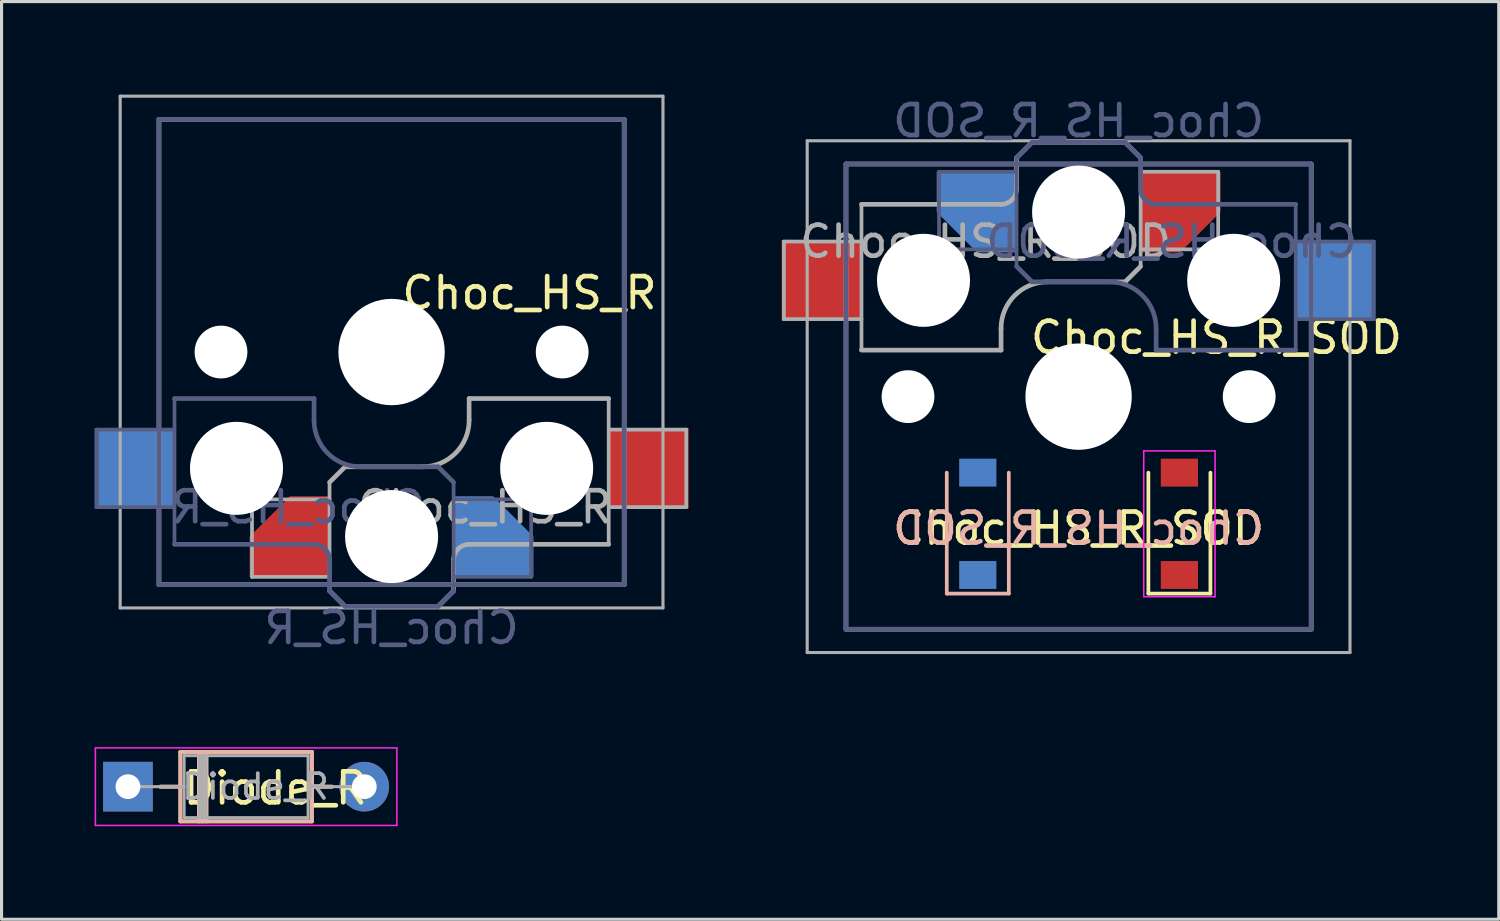
<source format=kicad_pcb>
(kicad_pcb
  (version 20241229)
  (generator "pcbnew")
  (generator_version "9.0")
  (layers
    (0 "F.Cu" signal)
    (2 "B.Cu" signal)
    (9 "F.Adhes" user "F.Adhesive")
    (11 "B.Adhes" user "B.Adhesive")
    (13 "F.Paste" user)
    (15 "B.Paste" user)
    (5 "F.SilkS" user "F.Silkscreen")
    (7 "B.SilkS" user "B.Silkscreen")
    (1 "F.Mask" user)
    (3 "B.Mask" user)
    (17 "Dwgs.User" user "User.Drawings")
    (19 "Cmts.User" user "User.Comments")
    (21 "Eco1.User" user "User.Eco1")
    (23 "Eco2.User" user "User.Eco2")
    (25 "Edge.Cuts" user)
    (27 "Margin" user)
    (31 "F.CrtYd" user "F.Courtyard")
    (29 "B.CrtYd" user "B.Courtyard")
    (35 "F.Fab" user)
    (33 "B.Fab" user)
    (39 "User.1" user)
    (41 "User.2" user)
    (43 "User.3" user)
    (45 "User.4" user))
  (footprint "Choc_HS_R"
    (layer "F.Cu")
    (at 9.575 8.3)
    (property "Reference" "Choc_HS_R" (at 4.445 -1.905 0) (layer "F.SilkS") (effects (font (size 1 1) (thickness 0.15))))
    (property "Value" "Choc_HS_R" (at 0 8.89 0) (layer "F.Fab") (hide yes) (effects (font (size 1 1) (thickness 0.15))))
    (attr smd)
    (fp_line (start -6.9 6.9) (end -6.9 -6.9) (stroke (width 0.15) (type solid)) (layer "Eco2.User"))
    (fp_line (start -6.9 6.9) (end 6.9 6.9) (stroke (width 0.15) (type solid)) (layer "Eco2.User"))
    (fp_line (start 6.9 -6.9) (end -6.9 -6.9) (stroke (width 0.15) (type solid)) (layer "Eco2.User"))
    (fp_line (start 6.9 -6.9) (end 6.9 6.9) (stroke (width 0.15) (type solid)) (layer "Eco2.User"))
    (fp_line (start -9.5 2.5) (end -7 2.5) (stroke (width 0.12) (type solid)) (layer "B.Fab"))
    (fp_line (start -9.5 5) (end -9.5 2.5) (stroke (width 0.12) (type solid)) (layer "B.Fab"))
    (fp_line (start -7.5 -7.5) (end 7.5 -7.5) (stroke (width 0.15) (type solid)) (layer "B.Fab"))
    (fp_line (start -7.5 7.5) (end -7.5 -7.5) (stroke (width 0.15) (type solid)) (layer "B.Fab"))
    (fp_line (start -7 1.5) (end -7 6.2) (stroke (width 0.12) (type solid)) (layer "B.Fab"))
    (fp_line (start -7 5) (end -9.5 5) (stroke (width 0.12) (type solid)) (layer "B.Fab"))
    (fp_line (start -7 6.2) (end -2.5 6.2) (stroke (width 0.15) (type solid)) (layer "B.Fab"))
    (fp_line (start -2.5 1.5) (end -7 1.5) (stroke (width 0.15) (type solid)) (layer "B.Fab"))
    (fp_line (start -2.5 2.2) (end -2.5 1.5) (stroke (width 0.15) (type solid)) (layer "B.Fab"))
    (fp_line (start -2 6.7) (end -2 7.7) (stroke (width 0.15) (type solid)) (layer "B.Fab"))
    (fp_line (start -1.5 8.2) (end -2 7.7) (stroke (width 0.15) (type solid)) (layer "B.Fab"))
    (fp_line (start 1.5 3.7) (end -1 3.7) (stroke (width 0.15) (type solid)) (layer "B.Fab"))
    (fp_line (start 1.5 8.2) (end -1.5 8.2) (stroke (width 0.15) (type solid)) (layer "B.Fab"))
    (fp_line (start 2 4.2) (end 1.5 3.7) (stroke (width 0.15) (type solid)) (layer "B.Fab"))
    (fp_line (start 2 4.25) (end 2 7.7) (stroke (width 0.12) (type solid)) (layer "B.Fab"))
    (fp_line (start 2 4.75) (end 4.5 4.75) (stroke (width 0.12) (type solid)) (layer "B.Fab"))
    (fp_line (start 2 7.7) (end 1.5 8.2) (stroke (width 0.15) (type solid)) (layer "B.Fab"))
    (fp_line (start 4.5 4.75) (end 4.5 7.25) (stroke (width 0.12) (type solid)) (layer "B.Fab"))
    (fp_line (start 4.5 7.25) (end 2 7.25) (stroke (width 0.12) (type solid)) (layer "B.Fab"))
    (fp_line (start 7.5 -7.5) (end 7.5 7.5) (stroke (width 0.15) (type solid)) (layer "B.Fab"))
    (fp_line (start 7.5 7.5) (end -7.5 7.5) (stroke (width 0.15) (type solid)) (layer "B.Fab"))
    (fp_arc (start -2.5 6.2) (mid -2.146447 6.346447) (end -2 6.7) (stroke (width 0.15) (type solid)) (layer "B.Fab"))
    (fp_arc (start -1 3.7) (mid -2.06066 3.26066) (end -2.5 2.2) (stroke (width 0.15) (type solid)) (layer "B.Fab"))
    (fp_line (start -8.75 -8.25) (end -8.75 8.25) (stroke (width 0.1) (type solid)) (layer "F.Fab"))
    (fp_line (start -8.75 8.25) (end 8.75 8.25) (stroke (width 0.1) (type solid)) (layer "F.Fab"))
    (fp_line (start -7.5 -7.5) (end 7.5 -7.5) (stroke (width 0.15) (type solid)) (layer "F.Fab"))
    (fp_line (start -7.5 7.5) (end -7.5 -7.5) (stroke (width 0.15) (type solid)) (layer "F.Fab"))
    (fp_line (start -4.5 4.75) (end -4.5 7.25) (stroke (width 0.12) (type solid)) (layer "F.Fab"))
    (fp_line (start -4.5 7.25) (end -2 7.25) (stroke (width 0.12) (type solid)) (layer "F.Fab"))
    (fp_line (start -2 4.2) (end -1.5 3.7) (stroke (width 0.15) (type solid)) (layer "F.Fab"))
    (fp_line (start -2 4.25) (end -2 7.7) (stroke (width 0.12) (type solid)) (layer "F.Fab"))
    (fp_line (start -2 4.75) (end -4.5 4.75) (stroke (width 0.12) (type solid)) (layer "F.Fab"))
    (fp_line (start -2 7.7) (end -1.5 8.2) (stroke (width 0.15) (type solid)) (layer "F.Fab"))
    (fp_line (start -1.5 3.7) (end 1 3.7) (stroke (width 0.15) (type solid)) (layer "F.Fab"))
    (fp_line (start -1.5 8.2) (end 1.5 8.2) (stroke (width 0.15) (type solid)) (layer "F.Fab"))
    (fp_line (start 1.5 8.2) (end 2 7.7) (stroke (width 0.15) (type solid)) (layer "F.Fab"))
    (fp_line (start 2 6.7) (end 2 7.7) (stroke (width 0.15) (type solid)) (layer "F.Fab"))
    (fp_line (start 2.5 1.5) (end 7 1.5) (stroke (width 0.15) (type solid)) (layer "F.Fab"))
    (fp_line (start 2.5 2.2) (end 2.5 1.5) (stroke (width 0.15) (type solid)) (layer "F.Fab"))
    (fp_line (start 7 1.5) (end 7 6.2) (stroke (width 0.12) (type solid)) (layer "F.Fab"))
    (fp_line (start 7 5) (end 9.5 5) (stroke (width 0.12) (type solid)) (layer "F.Fab"))
    (fp_line (start 7 6.2) (end 2.5 6.2) (stroke (width 0.15) (type solid)) (layer "F.Fab"))
    (fp_line (start 7.5 -7.5) (end 7.5 7.5) (stroke (width 0.15) (type solid)) (layer "F.Fab"))
    (fp_line (start 7.5 7.5) (end -7.5 7.5) (stroke (width 0.15) (type solid)) (layer "F.Fab"))
    (fp_line (start 8.75 -8.25) (end -8.75 -8.25) (stroke (width 0.1) (type solid)) (layer "F.Fab"))
    (fp_line (start 8.75 -8.25) (end 8.75 8.25) (stroke (width 0.1) (type solid)) (layer "F.Fab"))
    (fp_line (start 9.5 2.5) (end 7 2.5) (stroke (width 0.12) (type solid)) (layer "F.Fab"))
    (fp_line (start 9.5 5) (end 9.5 2.5) (stroke (width 0.12) (type solid)) (layer "F.Fab"))
    (fp_arc (start 2 6.7) (mid 2.146447 6.346447) (end 2.5 6.2) (stroke (width 0.15) (type solid)) (layer "F.Fab"))
    (fp_arc (start 2.5 2.2) (mid 2.06066 3.26066) (end 1 3.7) (stroke (width 0.15) (type solid)) (layer "F.Fab"))
    (fp_text user "${REFERENCE}" (at -3 5 0) (layer "B.Fab") (effects (font (size 1 1) (thickness 0.15)) (justify mirror)))
    (fp_text user "${VALUE}" (at 0 8.89 0) (layer "B.Fab") (effects (font (size 1 1) (thickness 0.15)) (justify mirror)))
    (fp_text user "${REFERENCE}" (at 3 5 180) (layer "F.Fab") (effects (font (size 1 1) (thickness 0.15))))
    (pad "" np_thru_hole circle (at -5.5 0) (size 1.702 1.702) (drill 1.702) (layers "*.Cu" "*.Mask"))
    (pad "" np_thru_hole circle (at -5 3.75) (size 3 3) (drill 3) (layers "*.Cu" "*.Mask"))
    (pad "" np_thru_hole circle (at 0 0) (size 3.429 3.429) (drill 3.429) (layers "*.Cu" "*.Mask"))
    (pad "" np_thru_hole circle (at 0 5.95) (size 3 3) (drill 3) (layers "*.Cu" "*.Mask"))
    (pad "" np_thru_hole circle (at 5 3.75) (size 3 3) (drill 3) (layers "*.Cu" "*.Mask"))
    (pad "" np_thru_hole circle (at 5.5 0) (size 1.702 1.702) (drill 1.702) (layers "*.Cu" "*.Mask"))
    (pad "1" smd roundrect (at -3.275 5.95) (size 2.6 2.6) (layers "F.Cu" "F.Mask" "F.Paste") (roundrect_rratio 0) (chamfer_ratio 0.5) (chamfer top_left))
    (pad "1" smd roundrect (at 3.275 5.95) (size 2.6 2.6) (layers "B.Cu" "B.Mask" "B.Paste") (roundrect_rratio 0) (chamfer_ratio 0.5) (chamfer top_right))
    (pad "2" smd rect (at -8.275 3.75) (size 2.6 2.6) (layers "B.Cu" "B.Mask" "B.Paste"))
    (pad "2" smd rect (at 8.275 3.75) (size 2.6 2.6) (layers "F.Cu" "F.Mask" "F.Paste")))
  (footprint "Choc_HS_R_SOD"
    (layer "F.Cu")
    (at 31.725 9.738)
    (property "Reference" "Choc_HS_R_SOD" (at 4.445 -1.905 0) (layer "F.SilkS") (effects (font (size 1 1) (thickness 0.15))))
    (property "Value" "Choc_HS_R_SOD" (at 0 -8.89 180) (layer "F.Fab") (hide yes) (effects (font (size 1 1) (thickness 0.15))))
    (attr smd)
    (fp_line (start 2.25 6.35) (end 2.25 2.45) (stroke (width 0.12) (type solid)) (layer "F.SilkS"))
    (fp_line (start 2.25 6.35) (end 4.25 6.35) (stroke (width 0.12) (type solid)) (layer "F.SilkS"))
    (fp_line (start 4.25 6.35) (end 4.25 2.45) (stroke (width 0.12) (type solid)) (layer "F.SilkS"))
    (fp_line (start -4.25 2.45) (end -4.25 6.35) (stroke (width 0.12) (type solid)) (layer "B.SilkS"))
    (fp_line (start -4.25 6.35) (end -2.25 6.35) (stroke (width 0.12) (type solid)) (layer "B.SilkS"))
    (fp_line (start -2.25 2.45) (end -2.25 6.35) (stroke (width 0.12) (type solid)) (layer "B.SilkS"))
    (fp_line (start -6.9 6.9) (end -6.9 -6.9) (stroke (width 0.15) (type solid)) (layer "Eco2.User"))
    (fp_line (start -6.9 6.9) (end 6.9 6.9) (stroke (width 0.15) (type solid)) (layer "Eco2.User"))
    (fp_line (start 6.9 -6.9) (end -6.9 -6.9) (stroke (width 0.15) (type solid)) (layer "Eco2.User"))
    (fp_line (start 6.9 -6.9) (end 6.9 6.9) (stroke (width 0.15) (type solid)) (layer "Eco2.User"))
    (fp_line (start 2.1 1.75) (end 4.4 1.75) (stroke (width 0.05) (type solid)) (layer "F.CrtYd"))
    (fp_line (start 2.1 6.45) (end 2.1 1.75) (stroke (width 0.05) (type solid)) (layer "F.CrtYd"))
    (fp_line (start 2.1 6.45) (end 4.4 6.45) (stroke (width 0.05) (type solid)) (layer "F.CrtYd"))
    (fp_line (start 4.4 1.75) (end 4.4 6.45) (stroke (width 0.05) (type solid)) (layer "F.CrtYd"))
    (fp_line (start -7.5 -7.5) (end 7.5 -7.5) (stroke (width 0.15) (type solid)) (layer "B.Fab"))
    (fp_line (start -7.5 7.5) (end -7.5 -7.5) (stroke (width 0.15) (type solid)) (layer "B.Fab"))
    (fp_line (start -4.5 -7.25) (end -2 -7.25) (stroke (width 0.12) (type solid)) (layer "B.Fab"))
    (fp_line (start -4.5 -4.75) (end -4.5 -7.25) (stroke (width 0.12) (type solid)) (layer "B.Fab"))
    (fp_line (start -2 -7.7) (end -1.5 -8.2) (stroke (width 0.15) (type solid)) (layer "B.Fab"))
    (fp_line (start -2 -4.75) (end -4.5 -4.75) (stroke (width 0.12) (type solid)) (layer "B.Fab"))
    (fp_line (start -2 -4.25) (end -2 -7.7) (stroke (width 0.12) (type solid)) (layer "B.Fab"))
    (fp_line (start -2 -4.2) (end -1.5 -3.7) (stroke (width 0.15) (type solid)) (layer "B.Fab"))
    (fp_line (start -1.5 -8.2) (end 1.5 -8.2) (stroke (width 0.15) (type solid)) (layer "B.Fab"))
    (fp_line (start -1.5 -3.7) (end 1 -3.7) (stroke (width 0.15) (type solid)) (layer "B.Fab"))
    (fp_line (start 1.5 -8.2) (end 2 -7.7) (stroke (width 0.15) (type solid)) (layer "B.Fab"))
    (fp_line (start 2 -6.7) (end 2 -7.7) (stroke (width 0.15) (type solid)) (layer "B.Fab"))
    (fp_line (start 2.5 -2.2) (end 2.5 -1.5) (stroke (width 0.15) (type solid)) (layer "B.Fab"))
    (fp_line (start 2.5 -1.5) (end 7 -1.5) (stroke (width 0.15) (type solid)) (layer "B.Fab"))
    (fp_line (start 7 -6.2) (end 2.5 -6.2) (stroke (width 0.15) (type solid)) (layer "B.Fab"))
    (fp_line (start 7 -5) (end 9.5 -5) (stroke (width 0.12) (type solid)) (layer "B.Fab"))
    (fp_line (start 7 -1.5) (end 7 -6.2) (stroke (width 0.12) (type solid)) (layer "B.Fab"))
    (fp_line (start 7.5 -7.5) (end 7.5 7.5) (stroke (width 0.15) (type solid)) (layer "B.Fab"))
    (fp_line (start 7.5 7.5) (end -7.5 7.5) (stroke (width 0.15) (type solid)) (layer "B.Fab"))
    (fp_line (start 9.5 -5) (end 9.5 -2.5) (stroke (width 0.12) (type solid)) (layer "B.Fab"))
    (fp_line (start 9.5 -2.5) (end 7 -2.5) (stroke (width 0.12) (type solid)) (layer "B.Fab"))
    (fp_arc (start 1 -3.7) (mid 2.06066 -3.26066) (end 2.5 -2.2) (stroke (width 0.15) (type solid)) (layer "B.Fab"))
    (fp_arc (start 2.5 -6.2) (mid 2.146447 -6.346447) (end 2 -6.7) (stroke (width 0.15) (type solid)) (layer "B.Fab"))
    (fp_line (start -9.5 -5) (end -9.5 -2.5) (stroke (width 0.12) (type solid)) (layer "F.Fab"))
    (fp_line (start -9.5 -2.5) (end -7 -2.5) (stroke (width 0.12) (type solid)) (layer "F.Fab"))
    (fp_line (start -8.75 8.25) (end -8.75 -8.25) (stroke (width 0.1) (type solid)) (layer "F.Fab"))
    (fp_line (start -8.75 8.25) (end 8.75 8.25) (stroke (width 0.1) (type solid)) (layer "F.Fab"))
    (fp_line (start -7.5 -7.5) (end 7.5 -7.5) (stroke (width 0.15) (type solid)) (layer "F.Fab"))
    (fp_line (start -7.5 7.5) (end -7.5 -7.5) (stroke (width 0.15) (type solid)) (layer "F.Fab"))
    (fp_line (start -7 -6.2) (end -2.5 -6.2) (stroke (width 0.15) (type solid)) (layer "F.Fab"))
    (fp_line (start -7 -5) (end -9.5 -5) (stroke (width 0.12) (type solid)) (layer "F.Fab"))
    (fp_line (start -7 -1.5) (end -7 -6.2) (stroke (width 0.12) (type solid)) (layer "F.Fab"))
    (fp_line (start -2.5 -2.2) (end -2.5 -1.5) (stroke (width 0.15) (type solid)) (layer "F.Fab"))
    (fp_line (start -2.5 -1.5) (end -7 -1.5) (stroke (width 0.15) (type solid)) (layer "F.Fab"))
    (fp_line (start -2 -6.7) (end -2 -7.7) (stroke (width 0.15) (type solid)) (layer "F.Fab"))
    (fp_line (start -1.5 -8.2) (end -2 -7.7) (stroke (width 0.15) (type solid)) (layer "F.Fab"))
    (fp_line (start 1.5 -8.2) (end -1.5 -8.2) (stroke (width 0.15) (type solid)) (layer "F.Fab"))
    (fp_line (start 1.5 -3.7) (end -1 -3.7) (stroke (width 0.15) (type solid)) (layer "F.Fab"))
    (fp_line (start 2 -7.7) (end 1.5 -8.2) (stroke (width 0.15) (type solid)) (layer "F.Fab"))
    (fp_line (start 2 -4.75) (end 4.5 -4.75) (stroke (width 0.12) (type solid)) (layer "F.Fab"))
    (fp_line (start 2 -4.25) (end 2 -7.7) (stroke (width 0.12) (type solid)) (layer "F.Fab"))
    (fp_line (start 2 -4.2) (end 1.5 -3.7) (stroke (width 0.15) (type solid)) (layer "F.Fab"))
    (fp_line (start 4.5 -7.25) (end 2 -7.25) (stroke (width 0.12) (type solid)) (layer "F.Fab"))
    (fp_line (start 4.5 -4.75) (end 4.5 -7.25) (stroke (width 0.12) (type solid)) (layer "F.Fab"))
    (fp_line (start 7.5 -7.5) (end 7.5 7.5) (stroke (width 0.15) (type solid)) (layer "F.Fab"))
    (fp_line (start 7.5 7.5) (end -7.5 7.5) (stroke (width 0.15) (type solid)) (layer "F.Fab"))
    (fp_line (start 8.75 -8.25) (end -8.75 -8.25) (stroke (width 0.1) (type solid)) (layer "F.Fab"))
    (fp_line (start 8.75 8.25) (end 8.75 -8.25) (stroke (width 0.1) (type solid)) (layer "F.Fab"))
    (fp_arc (start -2.5 -2.2) (mid -2.06066 -3.26066) (end -1 -3.7) (stroke (width 0.15) (type solid)) (layer "F.Fab"))
    (fp_arc (start -2 -6.7) (mid -2.146447 -6.346447) (end -2.5 -6.2) (stroke (width 0.15) (type solid)) (layer "F.Fab"))
    (fp_text user "${REFERENCE}" (at 0 4.25 0) (layer "F.SilkS") (effects (font (size 1 1) (thickness 0.15))))
    (fp_text user "${REFERENCE}" (at 0 4.25 0) (layer "B.SilkS") (effects (font (size 1 1) (thickness 0.15)) (justify mirror)))
    (fp_text user "${VALUE}" (at 0 -8.89 180) (layer "B.Fab") (effects (font (size 1 1) (thickness 0.15)) (justify mirror)))
    (fp_text user "${REFERENCE}" (at 3 -5 180) (layer "B.Fab") (effects (font (size 1 1) (thickness 0.15)) (justify mirror)))
    (fp_text user "${REFERENCE}" (at -3 -5 0) (layer "F.Fab") (effects (font (size 1 1) (thickness 0.15))))
    (pad "" np_thru_hole circle (at -5.5 0 180) (size 1.702 1.702) (drill 1.702) (layers "*.Cu" "*.Mask"))
    (pad "" np_thru_hole circle (at -5 -3.75 180) (size 3 3) (drill 3) (layers "*.Cu" "*.Mask"))
    (pad "" np_thru_hole circle (at 0 -5.95 180) (size 3 3) (drill 3) (layers "*.Cu" "*.Mask"))
    (pad "" np_thru_hole circle (at 0 0 180) (size 3.429 3.429) (drill 3.429) (layers "*.Cu" "*.Mask"))
    (pad "" np_thru_hole circle (at 5 -3.75 180) (size 3 3) (drill 3) (layers "*.Cu" "*.Mask"))
    (pad "" np_thru_hole circle (at 5.5 0 180) (size 1.702 1.702) (drill 1.702) (layers "*.Cu" "*.Mask"))
    (pad "1" smd rect (at -8.275 -3.75 180) (size 2.6 2.6) (layers "F.Cu" "F.Mask" "F.Paste"))
    (pad "1" smd rect (at 8.275 -3.75 180) (size 2.6 2.6) (layers "B.Cu" "B.Mask" "B.Paste"))
    (pad "2" smd rect (at -3.25 5.75 90) (size 0.9 1.2) (layers "B.Cu" "B.Mask" "B.Paste"))
    (pad "2" smd rect (at 3.25 5.75 90) (size 0.9 1.2) (layers "F.Cu" "F.Mask" "F.Paste"))
    (pad "3" smd roundrect (at -3.275 -5.95 180) (size 2.6 2.6) (layers "B.Cu" "B.Mask" "B.Paste") (roundrect_rratio 0) (chamfer_ratio 0.5) (chamfer top_right))
    (pad "3" smd rect (at -3.25 2.45 90) (size 0.9 1.2) (layers "B.Cu" "B.Mask" "B.Paste"))
    (pad "3" smd rect (at 3.25 2.45 90) (size 0.9 1.2) (layers "F.Cu" "F.Mask" "F.Paste"))
    (pad "3" smd roundrect (at 3.275 -5.95 180) (size 2.6 2.6) (layers "F.Cu" "F.Mask" "F.Paste") (roundrect_rratio 0) (chamfer_ratio 0.5) (chamfer top_left)))
  (footprint "Diode_R"
    (layer "F.Cu")
    (at 1.075 22.313)
    (property "Reference" "Diode_R" (at 4.75 0.05 0) (layer "F.SilkS") (effects (font (size 1 1) (thickness 0.15))))
    (attr through_hole)
    (fp_line (start 1.04 0) (end 1.69 0) (stroke (width 0.12) (type solid)) (layer "F.SilkS"))
    (fp_line (start 1.69 -1.12) (end 1.69 1.12) (stroke (width 0.12) (type solid)) (layer "F.SilkS"))
    (fp_line (start 1.69 1.12) (end 5.93 1.12) (stroke (width 0.12) (type solid)) (layer "F.SilkS"))
    (fp_line (start 2.29 -1.12) (end 2.29 1.12) (stroke (width 0.12) (type solid)) (layer "F.SilkS"))
    (fp_line (start 2.41 -1.12) (end 2.41 1.12) (stroke (width 0.12) (type solid)) (layer "F.SilkS"))
    (fp_line (start 2.53 -1.12) (end 2.53 1.12) (stroke (width 0.12) (type solid)) (layer "F.SilkS"))
    (fp_line (start 5.93 -1.12) (end 1.69 -1.12) (stroke (width 0.12) (type solid)) (layer "F.SilkS"))
    (fp_line (start 5.93 1.12) (end 5.93 -1.12) (stroke (width 0.12) (type solid)) (layer "F.SilkS"))
    (fp_line (start 6.58 0) (end 5.93 0) (stroke (width 0.12) (type solid)) (layer "F.SilkS"))
    (fp_line (start 1.04 0) (end 1.69 0) (stroke (width 0.12) (type solid)) (layer "B.SilkS"))
    (fp_line (start 1.69 -1.12) (end 5.93 -1.12) (stroke (width 0.12) (type solid)) (layer "B.SilkS"))
    (fp_line (start 1.69 1.12) (end 1.69 -1.12) (stroke (width 0.12) (type solid)) (layer "B.SilkS"))
    (fp_line (start 2.29 1.12) (end 2.29 -1.12) (stroke (width 0.12) (type solid)) (layer "B.SilkS"))
    (fp_line (start 2.41 1.12) (end 2.41 -1.12) (stroke (width 0.12) (type solid)) (layer "B.SilkS"))
    (fp_line (start 2.53 1.12) (end 2.53 -1.12) (stroke (width 0.12) (type solid)) (layer "B.SilkS"))
    (fp_line (start 5.93 -1.12) (end 5.93 1.12) (stroke (width 0.12) (type solid)) (layer "B.SilkS"))
    (fp_line (start 5.93 1.12) (end 1.69 1.12) (stroke (width 0.12) (type solid)) (layer "B.SilkS"))
    (fp_line (start 6.58 0) (end 5.93 0) (stroke (width 0.12) (type solid)) (layer "B.SilkS"))
    (fp_line (start -1.05 -1.25) (end -1.05 1.25) (stroke (width 0.05) (type solid)) (layer "F.CrtYd"))
    (fp_line (start -1.05 1.25) (end 8.67 1.25) (stroke (width 0.05) (type solid)) (layer "F.CrtYd"))
    (fp_line (start 8.67 -1.25) (end -1.05 -1.25) (stroke (width 0.05) (type solid)) (layer "F.CrtYd"))
    (fp_line (start 8.67 1.25) (end 8.67 -1.25) (stroke (width 0.05) (type solid)) (layer "F.CrtYd"))
    (fp_line (start 0 0) (end 1.81 0) (stroke (width 0.1) (type solid)) (layer "F.Fab"))
    (fp_line (start 1.81 -1) (end 1.81 1) (stroke (width 0.1) (type solid)) (layer "F.Fab"))
    (fp_line (start 1.81 1) (end 5.81 1) (stroke (width 0.1) (type solid)) (layer "F.Fab"))
    (fp_line (start 2.31 -1) (end 2.31 1) (stroke (width 0.1) (type solid)) (layer "F.Fab"))
    (fp_line (start 2.41 -1) (end 2.41 1) (stroke (width 0.1) (type solid)) (layer "F.Fab"))
    (fp_line (start 2.51 -1) (end 2.51 1) (stroke (width 0.1) (type solid)) (layer "F.Fab"))
    (fp_line (start 5.81 -1) (end 1.81 -1) (stroke (width 0.1) (type solid)) (layer "F.Fab"))
    (fp_line (start 5.81 1) (end 5.81 -1) (stroke (width 0.1) (type solid)) (layer "F.Fab"))
    (fp_line (start 7.62 0) (end 5.81 0) (stroke (width 0.1) (type solid)) (layer "F.Fab"))
    (fp_text user "${REFERENCE}" (at 4.11 0 0) (layer "F.Fab") (effects (font (size 0.8 0.8) (thickness 0.12))))
    (pad "1" thru_hole rect (at 0 0) (size 1.6 1.6) (drill 0.8) (layers "*.Cu" "*.Mask"))
    (pad "2" thru_hole oval (at 7.62 0) (size 1.6 1.6) (drill 0.8) (layers "*.Cu" "*.Mask")))
  (gr_rect
    (start -3 -3)
    (end 45.271 26.588)
    (stroke (width 0.1) (type default))
    (fill no)
    (layer "Edge.Cuts")))
</source>
